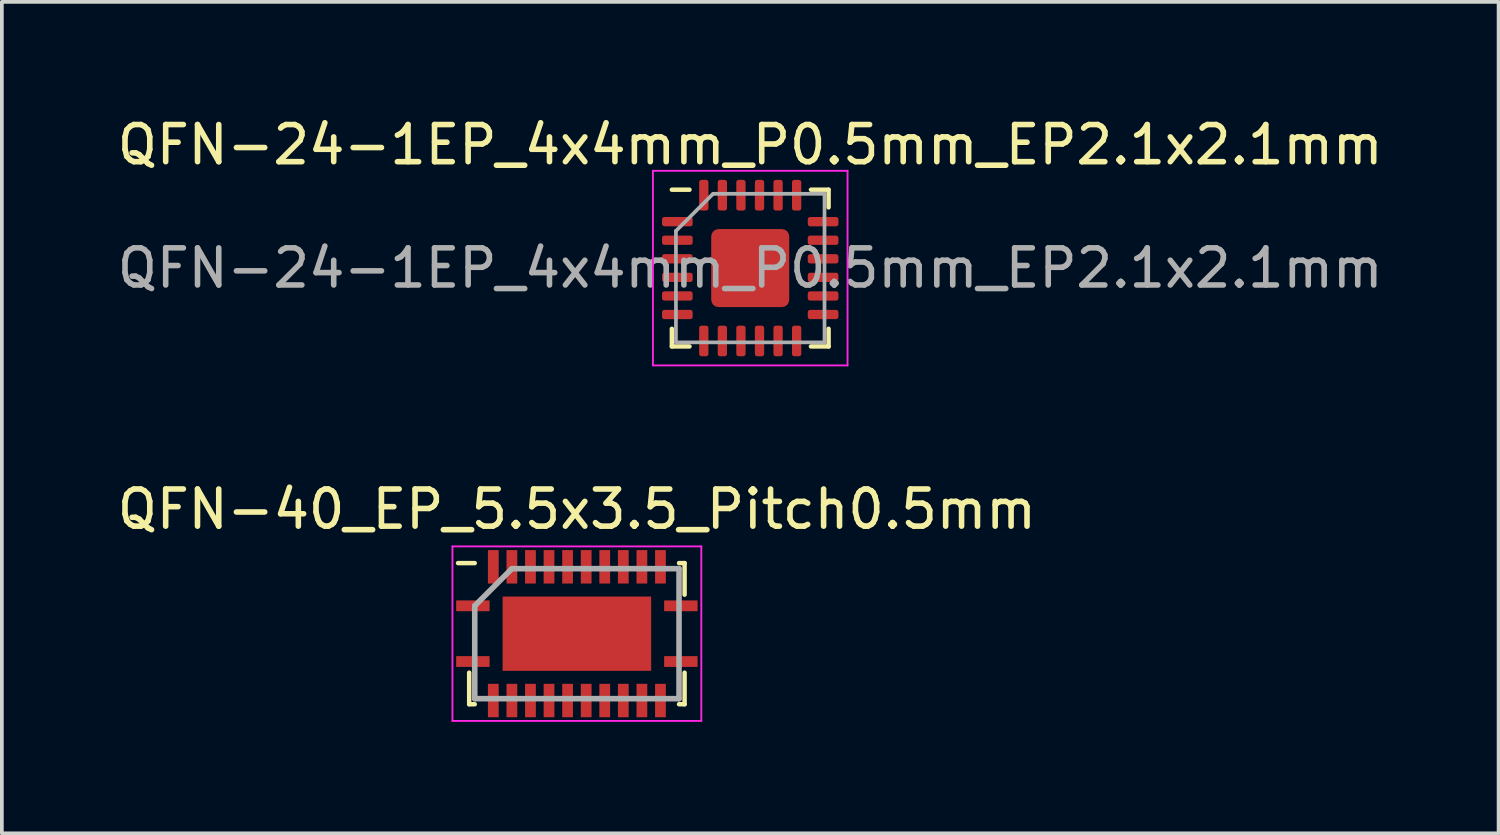
<source format=kicad_pcb>
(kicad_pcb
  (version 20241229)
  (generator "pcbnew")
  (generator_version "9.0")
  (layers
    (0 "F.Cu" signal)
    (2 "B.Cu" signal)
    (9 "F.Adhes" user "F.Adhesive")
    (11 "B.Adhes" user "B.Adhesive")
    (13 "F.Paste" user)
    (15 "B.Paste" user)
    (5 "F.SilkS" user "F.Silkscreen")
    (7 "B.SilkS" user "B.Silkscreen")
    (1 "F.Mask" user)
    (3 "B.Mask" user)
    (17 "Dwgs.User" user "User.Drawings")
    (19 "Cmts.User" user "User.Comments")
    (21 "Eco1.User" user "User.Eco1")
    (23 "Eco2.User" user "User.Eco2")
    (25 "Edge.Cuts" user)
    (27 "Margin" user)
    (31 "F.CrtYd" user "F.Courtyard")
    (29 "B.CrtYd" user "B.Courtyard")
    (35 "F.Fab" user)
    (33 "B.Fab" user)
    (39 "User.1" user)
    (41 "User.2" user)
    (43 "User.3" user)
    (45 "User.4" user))
  (footprint "QFN-24-1EP_4x4mm_P0.5mm_EP2.1x2.1mm"
    (layer "F.Cu")
    (at 17.149 4.168)
    (property "Reference" "QFN-24-1EP_4x4mm_P0.5mm_EP2.1x2.1mm" (at 0 -3.32 0) (layer "F.SilkS") (effects (font (size 1 1) (thickness 0.15))))
    (attr smd)
    (fp_line (start -2.11 2.11) (end -2.11 1.635) (stroke (width 0.12) (type solid)) (layer "F.SilkS"))
    (fp_line (start -1.635 -2.11) (end -2.11 -2.11) (stroke (width 0.12) (type solid)) (layer "F.SilkS"))
    (fp_line (start -1.635 2.11) (end -2.11 2.11) (stroke (width 0.12) (type solid)) (layer "F.SilkS"))
    (fp_line (start 1.635 -2.11) (end 2.11 -2.11) (stroke (width 0.12) (type solid)) (layer "F.SilkS"))
    (fp_line (start 1.635 2.11) (end 2.11 2.11) (stroke (width 0.12) (type solid)) (layer "F.SilkS"))
    (fp_line (start 2.11 -2.11) (end 2.11 -1.635) (stroke (width 0.12) (type solid)) (layer "F.SilkS"))
    (fp_line (start 2.11 2.11) (end 2.11 1.635) (stroke (width 0.12) (type solid)) (layer "F.SilkS"))
    (fp_line (start -2.62 -2.62) (end -2.62 2.62) (stroke (width 0.05) (type solid)) (layer "F.CrtYd"))
    (fp_line (start -2.62 2.62) (end 2.62 2.62) (stroke (width 0.05) (type solid)) (layer "F.CrtYd"))
    (fp_line (start 2.62 -2.62) (end -2.62 -2.62) (stroke (width 0.05) (type solid)) (layer "F.CrtYd"))
    (fp_line (start 2.62 2.62) (end 2.62 -2.62) (stroke (width 0.05) (type solid)) (layer "F.CrtYd"))
    (fp_line (start -2 -1) (end -1 -2) (stroke (width 0.1) (type solid)) (layer "F.Fab"))
    (fp_line (start -2 2) (end -2 -1) (stroke (width 0.1) (type solid)) (layer "F.Fab"))
    (fp_line (start -1 -2) (end 2 -2) (stroke (width 0.1) (type solid)) (layer "F.Fab"))
    (fp_line (start 2 -2) (end 2 2) (stroke (width 0.1) (type solid)) (layer "F.Fab"))
    (fp_line (start 2 2) (end -2 2) (stroke (width 0.1) (type solid)) (layer "F.Fab"))
    (fp_text user "${REFERENCE}" (at 0 0 0) (layer "F.Fab") (effects (font (size 1 1) (thickness 0.15))))
    (pad "" smd roundrect (at -0.375 -0.375) (size 0.45 0.45) (layers "F.Paste") (roundrect_rratio 0.229))
    (pad "" smd roundrect (at -0.375 0.375) (size 0.45 0.45) (layers "F.Paste") (roundrect_rratio 0.229))
    (pad "" smd roundrect (at 0.375 -0.375) (size 0.45 0.45) (layers "F.Paste") (roundrect_rratio 0.229))
    (pad "" smd roundrect (at 0.375 0.375) (size 0.45 0.45) (layers "F.Paste") (roundrect_rratio 0.229))
    (pad "1" smd roundrect (at -1.962 -1.25) (size 0.825 0.25) (layers "F.Cu" "F.Mask" "F.Paste") (roundrect_rratio 0.25))
    (pad "2" smd roundrect (at -1.962 -0.75) (size 0.825 0.25) (layers "F.Cu" "F.Mask" "F.Paste") (roundrect_rratio 0.25))
    (pad "3" smd roundrect (at -1.962 -0.25) (size 0.825 0.25) (layers "F.Cu" "F.Mask" "F.Paste") (roundrect_rratio 0.25))
    (pad "4" smd roundrect (at -1.962 0.25) (size 0.825 0.25) (layers "F.Cu" "F.Mask" "F.Paste") (roundrect_rratio 0.25))
    (pad "5" smd roundrect (at -1.962 0.75) (size 0.825 0.25) (layers "F.Cu" "F.Mask" "F.Paste") (roundrect_rratio 0.25))
    (pad "6" smd roundrect (at -1.962 1.25) (size 0.825 0.25) (layers "F.Cu" "F.Mask" "F.Paste") (roundrect_rratio 0.25))
    (pad "7" smd roundrect (at -1.25 1.962) (size 0.25 0.825) (layers "F.Cu" "F.Mask" "F.Paste") (roundrect_rratio 0.25))
    (pad "8" smd roundrect (at -0.75 1.962) (size 0.25 0.825) (layers "F.Cu" "F.Mask" "F.Paste") (roundrect_rratio 0.25))
    (pad "9" smd roundrect (at -0.25 1.962) (size 0.25 0.825) (layers "F.Cu" "F.Mask" "F.Paste") (roundrect_rratio 0.25))
    (pad "10" smd roundrect (at 0.25 1.962) (size 0.25 0.825) (layers "F.Cu" "F.Mask" "F.Paste") (roundrect_rratio 0.25))
    (pad "11" smd roundrect (at 0.75 1.962) (size 0.25 0.825) (layers "F.Cu" "F.Mask" "F.Paste") (roundrect_rratio 0.25))
    (pad "12" smd roundrect (at 1.25 1.962) (size 0.25 0.825) (layers "F.Cu" "F.Mask" "F.Paste") (roundrect_rratio 0.25))
    (pad "13" smd roundrect (at 1.962 1.25) (size 0.825 0.25) (layers "F.Cu" "F.Mask" "F.Paste") (roundrect_rratio 0.25))
    (pad "14" smd roundrect (at 1.962 0.75) (size 0.825 0.25) (layers "F.Cu" "F.Mask" "F.Paste") (roundrect_rratio 0.25))
    (pad "15" smd roundrect (at 1.962 0.25) (size 0.825 0.25) (layers "F.Cu" "F.Mask" "F.Paste") (roundrect_rratio 0.25))
    (pad "16" smd roundrect (at 1.962 -0.25) (size 0.825 0.25) (layers "F.Cu" "F.Mask" "F.Paste") (roundrect_rratio 0.25))
    (pad "17" smd roundrect (at 1.962 -0.75) (size 0.825 0.25) (layers "F.Cu" "F.Mask" "F.Paste") (roundrect_rratio 0.25))
    (pad "18" smd roundrect (at 1.962 -1.25) (size 0.825 0.25) (layers "F.Cu" "F.Mask" "F.Paste") (roundrect_rratio 0.25))
    (pad "19" smd roundrect (at 1.25 -1.962) (size 0.25 0.825) (layers "F.Cu" "F.Mask" "F.Paste") (roundrect_rratio 0.25))
    (pad "20" smd roundrect (at 0.75 -1.962) (size 0.25 0.825) (layers "F.Cu" "F.Mask" "F.Paste") (roundrect_rratio 0.25))
    (pad "21" smd roundrect (at 0.25 -1.962) (size 0.25 0.825) (layers "F.Cu" "F.Mask" "F.Paste") (roundrect_rratio 0.25))
    (pad "22" smd roundrect (at -0.25 -1.962) (size 0.25 0.825) (layers "F.Cu" "F.Mask" "F.Paste") (roundrect_rratio 0.25))
    (pad "23" smd roundrect (at -0.75 -1.962) (size 0.25 0.825) (layers "F.Cu" "F.Mask" "F.Paste") (roundrect_rratio 0.25))
    (pad "24" smd roundrect (at -1.25 -1.962) (size 0.25 0.825) (layers "F.Cu" "F.Mask" "F.Paste") (roundrect_rratio 0.25))
    (pad "25" smd roundrect (at 0 0) (size 2.1 2.1) (layers "F.Cu" "F.Mask") (roundrect_rratio 0.093)))
  (footprint "QFN-40_EP_5.5x3.5_Pitch0.5mm"
    (layer "F.Cu")
    (at 12.482 14.011)
    (property "Reference" "QFN-40_EP_5.5x3.5_Pitch0.5mm" (at 0 -3.35 0) (layer "F.SilkS") (effects (font (size 1 1) (thickness 0.15))))
    (attr smd)
    (fp_line (start -2.9 1.05) (end -2.9 1.9) (stroke (width 0.12) (type solid)) (layer "F.SilkS"))
    (fp_line (start -2.75 -1.9) (end -3.2 -1.9) (stroke (width 0.12) (type solid)) (layer "F.SilkS"))
    (fp_line (start -2.75 1.9) (end -2.9 1.9) (stroke (width 0.12) (type solid)) (layer "F.SilkS"))
    (fp_line (start 2.75 -1.9) (end 2.9 -1.9) (stroke (width 0.12) (type solid)) (layer "F.SilkS"))
    (fp_line (start 2.75 1.9) (end 2.9 1.9) (stroke (width 0.12) (type solid)) (layer "F.SilkS"))
    (fp_line (start 2.9 -1.05) (end 2.9 -1.9) (stroke (width 0.12) (type solid)) (layer "F.SilkS"))
    (fp_line (start 2.9 1.05) (end 2.9 1.9) (stroke (width 0.12) (type solid)) (layer "F.SilkS"))
    (fp_line (start -3.35 -2.35) (end 3.35 -2.35) (stroke (width 0.05) (type solid)) (layer "F.CrtYd"))
    (fp_line (start -3.35 2.35) (end -3.35 -2.35) (stroke (width 0.05) (type solid)) (layer "F.CrtYd"))
    (fp_line (start 3.35 -2.35) (end 3.35 2.35) (stroke (width 0.05) (type solid)) (layer "F.CrtYd"))
    (fp_line (start 3.35 2.35) (end -3.35 2.35) (stroke (width 0.05) (type solid)) (layer "F.CrtYd"))
    (fp_line (start -2.75 -0.75) (end -2.75 1.75) (stroke (width 0.15) (type solid)) (layer "F.Fab"))
    (fp_line (start -2.75 1.75) (end 2.75 1.75) (stroke (width 0.15) (type solid)) (layer "F.Fab"))
    (fp_line (start -1.75 -1.75) (end -2.75 -0.75) (stroke (width 0.15) (type solid)) (layer "F.Fab"))
    (fp_line (start 2.75 -1.75) (end -1.75 -1.75) (stroke (width 0.15) (type solid)) (layer "F.Fab"))
    (fp_line (start 2.75 1.75) (end 2.75 -1.75) (stroke (width 0.15) (type solid)) (layer "F.Fab"))
    (pad "1" smd rect (at -2.8 0.75 90) (size 0.29 0.9) (layers "F.Cu" "F.Mask" "F.Paste"))
    (pad "2" smd rect (at -2.25 1.8) (size 0.29 0.9) (layers "F.Cu" "F.Mask" "F.Paste"))
    (pad "3" smd rect (at -1.75 1.8) (size 0.29 0.9) (layers "F.Cu" "F.Mask" "F.Paste"))
    (pad "4" smd rect (at -1.25 1.8) (size 0.29 0.9) (layers "F.Cu" "F.Mask" "F.Paste"))
    (pad "5" smd rect (at -0.75 1.8) (size 0.29 0.9) (layers "F.Cu" "F.Mask" "F.Paste"))
    (pad "6" smd rect (at -0.25 1.8) (size 0.29 0.9) (layers "F.Cu" "F.Mask" "F.Paste"))
    (pad "7" smd rect (at 0.25 1.8) (size 0.29 0.9) (layers "F.Cu" "F.Mask" "F.Paste"))
    (pad "8" smd rect (at 0.75 1.8) (size 0.29 0.9) (layers "F.Cu" "F.Mask" "F.Paste"))
    (pad "9" smd rect (at 1.25 1.8) (size 0.29 0.9) (layers "F.Cu" "F.Mask" "F.Paste"))
    (pad "10" smd rect (at 1.75 1.8) (size 0.29 0.9) (layers "F.Cu" "F.Mask" "F.Paste"))
    (pad "11" smd rect (at 2.25 1.8) (size 0.29 0.9) (layers "F.Cu" "F.Mask" "F.Paste"))
    (pad "12" smd rect (at 2.8 0.75 90) (size 0.29 0.9) (layers "F.Cu" "F.Mask" "F.Paste"))
    (pad "13" smd rect (at 2.8 -0.75 90) (size 0.29 0.9) (layers "F.Cu" "F.Mask" "F.Paste"))
    (pad "14" smd rect (at 2.25 -1.8) (size 0.29 0.9) (layers "F.Cu" "F.Mask" "F.Paste"))
    (pad "15" smd rect (at 1.75 -1.8) (size 0.29 0.9) (layers "F.Cu" "F.Mask" "F.Paste"))
    (pad "16" smd rect (at 1.25 -1.8) (size 0.29 0.9) (layers "F.Cu" "F.Mask" "F.Paste"))
    (pad "17" smd rect (at 0.75 -1.8) (size 0.29 0.9) (layers "F.Cu" "F.Mask" "F.Paste"))
    (pad "18" smd rect (at 0.25 -1.8) (size 0.29 0.9) (layers "F.Cu" "F.Mask" "F.Paste"))
    (pad "19" smd rect (at -0.25 -1.8) (size 0.29 0.9) (layers "F.Cu" "F.Mask" "F.Paste"))
    (pad "20" smd rect (at -0.75 -1.8) (size 0.29 0.9) (layers "F.Cu" "F.Mask" "F.Paste"))
    (pad "21" smd rect (at -1.25 -1.8) (size 0.29 0.9) (layers "F.Cu" "F.Mask" "F.Paste"))
    (pad "22" smd rect (at -1.75 -1.8) (size 0.29 0.9) (layers "F.Cu" "F.Mask" "F.Paste"))
    (pad "23" smd rect (at -2.25 -1.8) (size 0.29 0.9) (layers "F.Cu" "F.Mask" "F.Paste"))
    (pad "24" smd rect (at -2.8 -0.75 90) (size 0.29 0.9) (layers "F.Cu" "F.Mask" "F.Paste"))
    (pad "41" smd rect (at 0 0) (size 4 2) (layers "F.Cu" "F.Mask"))
    (pad "~" smd rect (at -0.9 -0.375) (size 0.6 0.45) (layers "F.Cu" "F.Paste"))
    (pad "~" smd rect (at -0.9 0.375) (size 0.6 0.45) (layers "F.Cu" "F.Paste"))
    (pad "~" smd rect (at 0 -0.375) (size 0.6 0.45) (layers "F.Cu" "F.Paste"))
    (pad "~" smd rect (at 0 0.375) (size 0.6 0.45) (layers "F.Cu" "F.Paste"))
    (pad "~" smd rect (at 0.9 -0.375) (size 0.6 0.45) (layers "F.Cu" "F.Paste"))
    (pad "~" smd rect (at 0.9 0.375) (size 0.6 0.45) (layers "F.Cu" "F.Paste")))
  (gr_rect
    (start -3 -3)
    (end 37.298 19.387)
    (stroke (width 0.1) (type default))
    (fill no)
    (layer "Edge.Cuts")))
</source>
